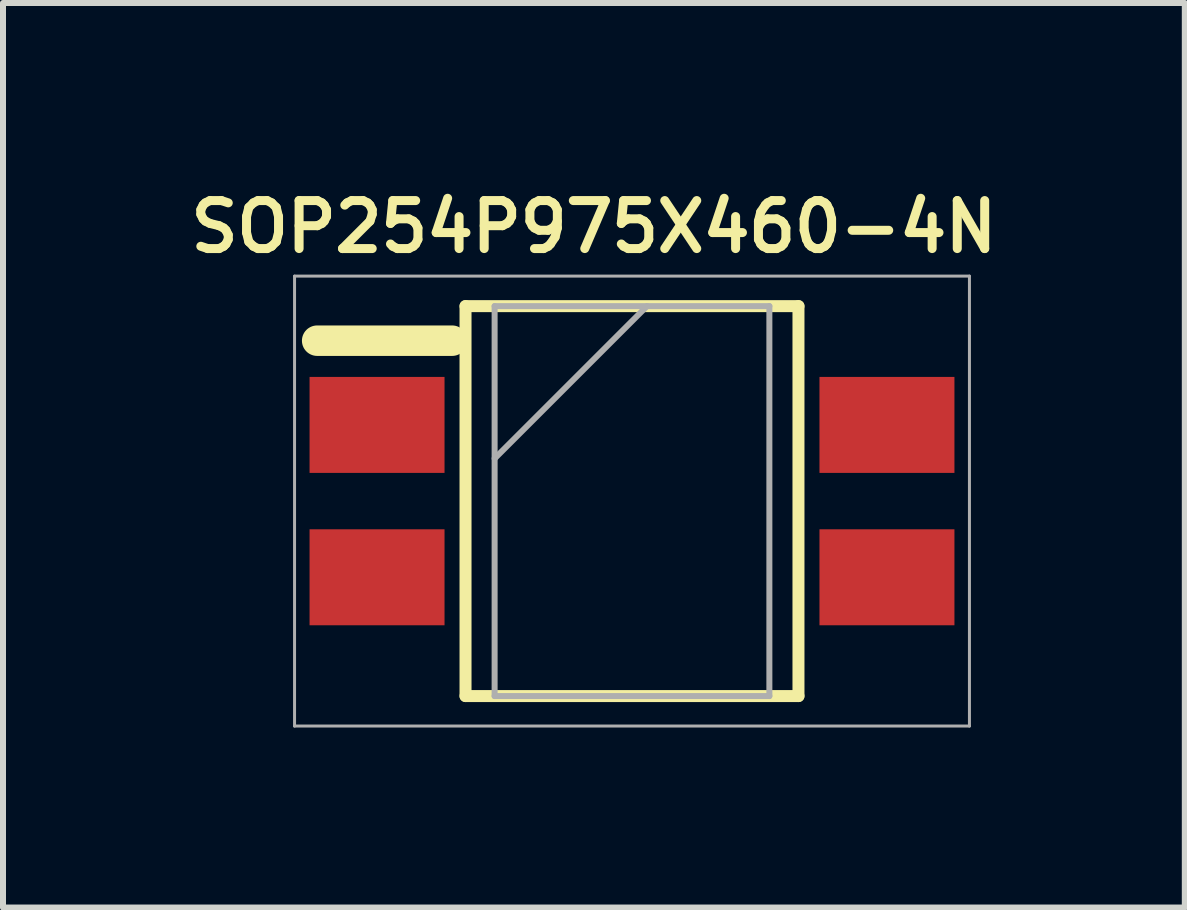
<source format=kicad_pcb>
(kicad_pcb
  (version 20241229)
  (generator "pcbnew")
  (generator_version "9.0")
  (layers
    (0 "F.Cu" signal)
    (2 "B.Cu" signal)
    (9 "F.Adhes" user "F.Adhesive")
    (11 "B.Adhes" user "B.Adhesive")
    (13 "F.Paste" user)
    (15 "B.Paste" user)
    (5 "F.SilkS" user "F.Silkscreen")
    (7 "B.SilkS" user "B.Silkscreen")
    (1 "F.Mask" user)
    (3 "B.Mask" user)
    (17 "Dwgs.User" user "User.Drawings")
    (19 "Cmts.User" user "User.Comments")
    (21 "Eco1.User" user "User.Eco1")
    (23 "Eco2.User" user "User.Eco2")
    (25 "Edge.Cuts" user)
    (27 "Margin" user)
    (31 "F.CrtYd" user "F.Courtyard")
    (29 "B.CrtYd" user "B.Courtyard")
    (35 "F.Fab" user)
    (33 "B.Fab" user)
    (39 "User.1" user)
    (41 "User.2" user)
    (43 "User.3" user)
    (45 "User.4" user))
  (footprint "SOP254P975X460-4N"
    (layer "F.Cu")
    (at 7.485 5.303)
    (property "Reference" "SOP254P975X460-4N" (at -0.635 -4.572 0) (layer "F.SilkS") (effects (font (size 0.8 0.8) (thickness 0.15))))
    (attr smd)
    (fp_line (start -5.248 -2.674) (end -2.998 -2.674) (stroke (width 0.508) (type solid)) (layer "F.SilkS"))
    (fp_line (start -2.775 -3.25) (end 2.775 -3.25) (stroke (width 0.2) (type solid)) (layer "F.SilkS"))
    (fp_line (start -2.775 3.25) (end -2.775 -3.25) (stroke (width 0.2) (type solid)) (layer "F.SilkS"))
    (fp_line (start 2.775 -3.25) (end 2.775 3.25) (stroke (width 0.2) (type solid)) (layer "F.SilkS"))
    (fp_line (start 2.775 3.25) (end -2.775 3.25) (stroke (width 0.2) (type solid)) (layer "F.SilkS"))
    (fp_line (start -5.625 -3.75) (end 5.625 -3.75) (stroke (width 0.05) (type solid)) (layer "F.Fab"))
    (fp_line (start -5.625 3.75) (end -5.625 -3.75) (stroke (width 0.05) (type solid)) (layer "F.Fab"))
    (fp_line (start -2.29 -3.25) (end 2.29 -3.25) (stroke (width 0.1) (type solid)) (layer "F.Fab"))
    (fp_line (start -2.29 -0.71) (end 0.25 -3.25) (stroke (width 0.1) (type solid)) (layer "F.Fab"))
    (fp_line (start -2.29 3.25) (end -2.29 -3.25) (stroke (width 0.1) (type solid)) (layer "F.Fab"))
    (fp_line (start 2.29 -3.25) (end 2.29 3.25) (stroke (width 0.1) (type solid)) (layer "F.Fab"))
    (fp_line (start 2.29 3.25) (end -2.29 3.25) (stroke (width 0.1) (type solid)) (layer "F.Fab"))
    (fp_line (start 5.625 -3.75) (end 5.625 3.75) (stroke (width 0.05) (type solid)) (layer "F.Fab"))
    (fp_line (start 5.625 3.75) (end -5.625 3.75) (stroke (width 0.05) (type solid)) (layer "F.Fab"))
    (pad "1" smd rect (at -4.25 -1.27) (size 2.25 1.6) (layers "F.Cu" "F.Mask" "F.Paste"))
    (pad "2" smd rect (at -4.25 1.27) (size 2.25 1.6) (layers "F.Cu" "F.Mask" "F.Paste"))
    (pad "3" smd rect (at 4.25 1.27) (size 2.25 1.6) (layers "F.Cu" "F.Mask" "F.Paste"))
    (pad "4" smd rect (at 4.25 -1.27) (size 2.25 1.6) (layers "F.Cu" "F.Mask" "F.Paste")))
  (gr_rect
    (start -3 -3)
    (end 16.7 12.078)
    (stroke (width 0.1) (type default))
    (fill no)
    (layer "Edge.Cuts")))
</source>
